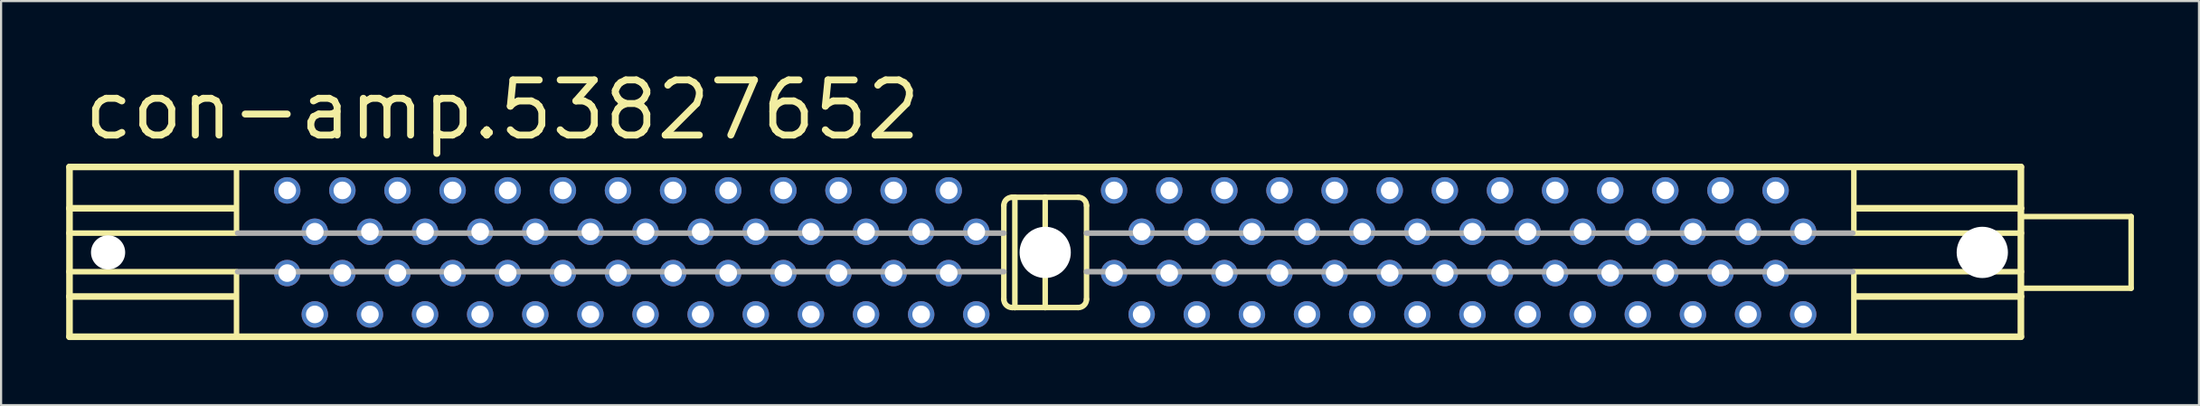
<source format=kicad_pcb>
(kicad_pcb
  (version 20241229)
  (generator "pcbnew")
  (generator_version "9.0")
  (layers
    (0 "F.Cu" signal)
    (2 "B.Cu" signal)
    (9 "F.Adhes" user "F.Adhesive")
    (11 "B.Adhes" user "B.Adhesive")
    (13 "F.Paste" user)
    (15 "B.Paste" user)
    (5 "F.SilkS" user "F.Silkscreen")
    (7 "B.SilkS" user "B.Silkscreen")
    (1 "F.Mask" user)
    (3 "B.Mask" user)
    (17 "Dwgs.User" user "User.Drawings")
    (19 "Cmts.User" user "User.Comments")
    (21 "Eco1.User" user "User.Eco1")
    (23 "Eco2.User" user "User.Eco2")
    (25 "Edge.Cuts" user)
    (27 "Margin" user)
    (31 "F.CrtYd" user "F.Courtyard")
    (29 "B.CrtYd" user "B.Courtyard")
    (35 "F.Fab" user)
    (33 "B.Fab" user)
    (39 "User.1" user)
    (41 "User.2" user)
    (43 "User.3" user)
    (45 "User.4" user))
  (footprint "con-amp.53827652"
    (layer "F.Cu")
    (at 45.11 8.58)
    (property "Reference" "con-amp.53827652" (at -44.45 -5.08 0) (layer "F.SilkS") (effects (font (size 2.54 2.54) (thickness 0.32)) (justify left bottom)))
    (attr through_hole)
    (fp_line (start -44.958 -3.937) (end -44.958 -2.032) (stroke (width 0.305) (type default)) (layer "F.SilkS"))
    (fp_line (start -44.958 -3.937) (end 44.958 -3.937) (stroke (width 0.305) (type default)) (layer "F.SilkS"))
    (fp_line (start -44.958 -2.032) (end -44.958 -0.889) (stroke (width 0.305) (type default)) (layer "F.SilkS"))
    (fp_line (start -44.958 -2.032) (end -37.338 -2.032) (stroke (width 0.305) (type default)) (layer "F.SilkS"))
    (fp_line (start -44.958 -0.889) (end -44.958 0.889) (stroke (width 0.305) (type default)) (layer "F.SilkS"))
    (fp_line (start -44.958 -0.889) (end -37.338 -0.889) (stroke (width 0.254) (type default)) (layer "F.SilkS"))
    (fp_line (start -44.958 0.889) (end -44.958 2.032) (stroke (width 0.305) (type default)) (layer "F.SilkS"))
    (fp_line (start -44.958 0.889) (end -37.338 0.889) (stroke (width 0.254) (type default)) (layer "F.SilkS"))
    (fp_line (start -44.958 2.032) (end -44.958 3.886) (stroke (width 0.305) (type default)) (layer "F.SilkS"))
    (fp_line (start -44.958 2.032) (end -37.338 2.032) (stroke (width 0.305) (type default)) (layer "F.SilkS"))
    (fp_line (start -37.262 -3.861) (end -37.262 -0.889) (stroke (width 0.254) (type default)) (layer "F.SilkS"))
    (fp_line (start -37.262 0.889) (end -37.262 3.81) (stroke (width 0.254) (type default)) (layer "F.SilkS"))
    (fp_line (start -1.905 -2.159) (end -1.905 2.159) (stroke (width 0.254) (type default)) (layer "F.SilkS"))
    (fp_line (start -1.524 2.54) (end -1.397 2.54) (stroke (width 0.254) (type default)) (layer "F.SilkS"))
    (fp_line (start -1.397 -2.54) (end -1.524 -2.54) (stroke (width 0.254) (type default)) (layer "F.SilkS"))
    (fp_line (start -1.397 2.54) (end -1.397 -2.54) (stroke (width 0.254) (type default)) (layer "F.SilkS"))
    (fp_line (start -1.397 2.54) (end 0 2.54) (stroke (width 0.254) (type default)) (layer "F.SilkS"))
    (fp_line (start 0 -2.54) (end -1.397 -2.54) (stroke (width 0.254) (type default)) (layer "F.SilkS"))
    (fp_line (start 0 2.54) (end 0 -2.54) (stroke (width 0.254) (type default)) (layer "F.SilkS"))
    (fp_line (start 0 2.54) (end 1.524 2.54) (stroke (width 0.254) (type default)) (layer "F.SilkS"))
    (fp_line (start 1.524 -2.54) (end 0 -2.54) (stroke (width 0.254) (type default)) (layer "F.SilkS"))
    (fp_line (start 1.905 2.159) (end 1.905 -2.159) (stroke (width 0.254) (type default)) (layer "F.SilkS"))
    (fp_line (start 37.262 -3.861) (end 37.262 -0.889) (stroke (width 0.254) (type default)) (layer "F.SilkS"))
    (fp_line (start 37.262 0.889) (end 37.262 3.81) (stroke (width 0.254) (type default)) (layer "F.SilkS"))
    (fp_line (start 44.958 -3.937) (end 44.958 -2.032) (stroke (width 0.305) (type default)) (layer "F.SilkS"))
    (fp_line (start 44.958 -2.032) (end 37.338 -2.032) (stroke (width 0.305) (type default)) (layer "F.SilkS"))
    (fp_line (start 44.958 -2.032) (end 44.958 -0.889) (stroke (width 0.305) (type default)) (layer "F.SilkS"))
    (fp_line (start 44.958 -0.889) (end 37.338 -0.889) (stroke (width 0.254) (type default)) (layer "F.SilkS"))
    (fp_line (start 44.958 -0.889) (end 44.958 0.889) (stroke (width 0.305) (type default)) (layer "F.SilkS"))
    (fp_line (start 44.958 0.889) (end 37.338 0.889) (stroke (width 0.254) (type default)) (layer "F.SilkS"))
    (fp_line (start 44.958 0.889) (end 44.958 2.032) (stroke (width 0.305) (type default)) (layer "F.SilkS"))
    (fp_line (start 44.958 2.032) (end 37.338 2.032) (stroke (width 0.305) (type default)) (layer "F.SilkS"))
    (fp_line (start 44.958 2.032) (end 44.958 3.886) (stroke (width 0.305) (type default)) (layer "F.SilkS"))
    (fp_line (start 44.958 3.886) (end -44.958 3.886) (stroke (width 0.305) (type default)) (layer "F.SilkS"))
    (fp_line (start 45.085 -1.651) (end 50.038 -1.651) (stroke (width 0.254) (type default)) (layer "F.SilkS"))
    (fp_line (start 50.038 -1.651) (end 50.038 1.651) (stroke (width 0.254) (type default)) (layer "F.SilkS"))
    (fp_line (start 50.038 1.651) (end 45.085 1.651) (stroke (width 0.254) (type default)) (layer "F.SilkS"))
    (fp_arc (start -1.905 -2.159) (mid -1.793408 -2.428408) (end -1.524 -2.54) (stroke (width 0.254) (type default)) (layer "F.SilkS"))
    (fp_arc (start -1.524 2.54) (mid -1.793408 2.428408) (end -1.905 2.159) (stroke (width 0.254) (type default)) (layer "F.SilkS"))
    (fp_arc (start 1.524 -2.54) (mid 1.793408 -2.428408) (end 1.905 -2.159) (stroke (width 0.254) (type default)) (layer "F.SilkS"))
    (fp_arc (start 1.905 2.159) (mid 1.793408 2.428408) (end 1.524 2.54) (stroke (width 0.254) (type default)) (layer "F.SilkS"))
    (fp_line (start -37.211 -0.889) (end -1.905 -0.889) (stroke (width 0.254) (type default)) (layer "F.Fab"))
    (fp_line (start -37.211 0.889) (end -1.905 0.889) (stroke (width 0.254) (type default)) (layer "F.Fab"))
    (fp_line (start 1.905 -0.889) (end 37.211 -0.889) (stroke (width 0.254) (type default)) (layer "F.Fab"))
    (fp_line (start 1.905 0.889) (end 37.211 0.889) (stroke (width 0.254) (type default)) (layer "F.Fab"))
    (pad "" np_thru_hole circle (at -43.18 0) (size 1.575 1.575) (drill 1.575) (layers "*.Cu" "*.Mask"))
    (pad "" np_thru_hole circle (at 0 0) (size 2.362 2.362) (drill 2.362) (layers "*.Cu" "*.Mask"))
    (pad "" np_thru_hole circle (at 43.18 0) (size 2.362 2.362) (drill 2.362) (layers "*.Cu" "*.Mask"))
    (pad "1" thru_hole circle (at -34.925 0.953) (size 1.219 1.219) (drill 0.813) (layers "*.Cu" "*.Mask"))
    (pad "2" thru_hole circle (at -33.655 2.857) (size 1.219 1.219) (drill 0.813) (layers "*.Cu" "*.Mask"))
    (pad "3" thru_hole circle (at -32.385 0.953) (size 1.219 1.219) (drill 0.813) (layers "*.Cu" "*.Mask"))
    (pad "4" thru_hole circle (at -31.115 2.857) (size 1.219 1.219) (drill 0.813) (layers "*.Cu" "*.Mask"))
    (pad "5" thru_hole circle (at -29.845 0.953) (size 1.219 1.219) (drill 0.813) (layers "*.Cu" "*.Mask"))
    (pad "6" thru_hole circle (at -28.575 2.857) (size 1.219 1.219) (drill 0.813) (layers "*.Cu" "*.Mask"))
    (pad "7" thru_hole circle (at -27.305 0.953) (size 1.219 1.219) (drill 0.813) (layers "*.Cu" "*.Mask"))
    (pad "8" thru_hole circle (at -26.035 2.857) (size 1.219 1.219) (drill 0.813) (layers "*.Cu" "*.Mask"))
    (pad "9" thru_hole circle (at -24.765 0.953) (size 1.219 1.219) (drill 0.813) (layers "*.Cu" "*.Mask"))
    (pad "10" thru_hole circle (at -23.495 2.857) (size 1.219 1.219) (drill 0.813) (layers "*.Cu" "*.Mask"))
    (pad "11" thru_hole circle (at -22.225 0.953) (size 1.219 1.219) (drill 0.813) (layers "*.Cu" "*.Mask"))
    (pad "12" thru_hole circle (at -20.955 2.857) (size 1.219 1.219) (drill 0.813) (layers "*.Cu" "*.Mask"))
    (pad "13" thru_hole circle (at -19.685 0.953) (size 1.219 1.219) (drill 0.813) (layers "*.Cu" "*.Mask"))
    (pad "14" thru_hole circle (at -18.415 2.857) (size 1.219 1.219) (drill 0.813) (layers "*.Cu" "*.Mask"))
    (pad "15" thru_hole circle (at -17.145 0.953) (size 1.219 1.219) (drill 0.813) (layers "*.Cu" "*.Mask"))
    (pad "16" thru_hole circle (at -15.875 2.857) (size 1.219 1.219) (drill 0.813) (layers "*.Cu" "*.Mask"))
    (pad "17" thru_hole circle (at -14.605 0.953) (size 1.219 1.219) (drill 0.813) (layers "*.Cu" "*.Mask"))
    (pad "18" thru_hole circle (at -13.335 2.857) (size 1.219 1.219) (drill 0.813) (layers "*.Cu" "*.Mask"))
    (pad "19" thru_hole circle (at -12.065 0.953) (size 1.219 1.219) (drill 0.813) (layers "*.Cu" "*.Mask"))
    (pad "20" thru_hole circle (at -10.795 2.857) (size 1.219 1.219) (drill 0.813) (layers "*.Cu" "*.Mask"))
    (pad "21" thru_hole circle (at -9.525 0.953) (size 1.219 1.219) (drill 0.813) (layers "*.Cu" "*.Mask"))
    (pad "22" thru_hole circle (at -8.255 2.857) (size 1.219 1.219) (drill 0.813) (layers "*.Cu" "*.Mask"))
    (pad "23" thru_hole circle (at -6.985 0.953) (size 1.219 1.219) (drill 0.813) (layers "*.Cu" "*.Mask"))
    (pad "24" thru_hole circle (at -5.715 2.857) (size 1.219 1.219) (drill 0.813) (layers "*.Cu" "*.Mask"))
    (pad "25" thru_hole circle (at -4.445 0.953) (size 1.219 1.219) (drill 0.813) (layers "*.Cu" "*.Mask"))
    (pad "26" thru_hole circle (at -3.175 2.857) (size 1.219 1.219) (drill 0.813) (layers "*.Cu" "*.Mask"))
    (pad "27" thru_hole circle (at 3.175 0.953) (size 1.219 1.219) (drill 0.813) (layers "*.Cu" "*.Mask"))
    (pad "28" thru_hole circle (at 4.445 2.857) (size 1.219 1.219) (drill 0.813) (layers "*.Cu" "*.Mask"))
    (pad "29" thru_hole circle (at 5.715 0.953) (size 1.219 1.219) (drill 0.813) (layers "*.Cu" "*.Mask"))
    (pad "30" thru_hole circle (at 6.985 2.857) (size 1.219 1.219) (drill 0.813) (layers "*.Cu" "*.Mask"))
    (pad "31" thru_hole circle (at 8.255 0.953) (size 1.219 1.219) (drill 0.813) (layers "*.Cu" "*.Mask"))
    (pad "32" thru_hole circle (at 9.525 2.857) (size 1.219 1.219) (drill 0.813) (layers "*.Cu" "*.Mask"))
    (pad "33" thru_hole circle (at 10.795 0.953) (size 1.219 1.219) (drill 0.813) (layers "*.Cu" "*.Mask"))
    (pad "34" thru_hole circle (at 12.065 2.857) (size 1.219 1.219) (drill 0.813) (layers "*.Cu" "*.Mask"))
    (pad "35" thru_hole circle (at 13.335 0.953) (size 1.219 1.219) (drill 0.813) (layers "*.Cu" "*.Mask"))
    (pad "36" thru_hole circle (at 14.605 2.857) (size 1.219 1.219) (drill 0.813) (layers "*.Cu" "*.Mask"))
    (pad "37" thru_hole circle (at 15.875 0.953) (size 1.219 1.219) (drill 0.813) (layers "*.Cu" "*.Mask"))
    (pad "38" thru_hole circle (at 17.145 2.857) (size 1.219 1.219) (drill 0.813) (layers "*.Cu" "*.Mask"))
    (pad "39" thru_hole circle (at 18.415 0.953) (size 1.219 1.219) (drill 0.813) (layers "*.Cu" "*.Mask"))
    (pad "40" thru_hole circle (at 19.685 2.857) (size 1.219 1.219) (drill 0.813) (layers "*.Cu" "*.Mask"))
    (pad "41" thru_hole circle (at 20.955 0.953) (size 1.219 1.219) (drill 0.813) (layers "*.Cu" "*.Mask"))
    (pad "42" thru_hole circle (at 22.225 2.857) (size 1.219 1.219) (drill 0.813) (layers "*.Cu" "*.Mask"))
    (pad "43" thru_hole circle (at 23.495 0.953) (size 1.219 1.219) (drill 0.813) (layers "*.Cu" "*.Mask"))
    (pad "44" thru_hole circle (at 24.765 2.857) (size 1.219 1.219) (drill 0.813) (layers "*.Cu" "*.Mask"))
    (pad "45" thru_hole circle (at 26.035 0.953) (size 1.219 1.219) (drill 0.813) (layers "*.Cu" "*.Mask"))
    (pad "46" thru_hole circle (at 27.305 2.857) (size 1.219 1.219) (drill 0.813) (layers "*.Cu" "*.Mask"))
    (pad "47" thru_hole circle (at 28.575 0.953) (size 1.219 1.219) (drill 0.813) (layers "*.Cu" "*.Mask"))
    (pad "48" thru_hole circle (at 29.845 2.857) (size 1.219 1.219) (drill 0.813) (layers "*.Cu" "*.Mask"))
    (pad "49" thru_hole circle (at 31.115 0.953) (size 1.219 1.219) (drill 0.813) (layers "*.Cu" "*.Mask"))
    (pad "50" thru_hole circle (at 32.385 2.857) (size 1.219 1.219) (drill 0.813) (layers "*.Cu" "*.Mask"))
    (pad "51" thru_hole circle (at 33.655 0.953) (size 1.219 1.219) (drill 0.813) (layers "*.Cu" "*.Mask"))
    (pad "52" thru_hole circle (at 34.925 2.857) (size 1.219 1.219) (drill 0.813) (layers "*.Cu" "*.Mask"))
    (pad "53" thru_hole circle (at -34.925 -2.857) (size 1.219 1.219) (drill 0.813) (layers "*.Cu" "*.Mask"))
    (pad "54" thru_hole circle (at -33.655 -0.953) (size 1.219 1.219) (drill 0.813) (layers "*.Cu" "*.Mask"))
    (pad "55" thru_hole circle (at -32.385 -2.857) (size 1.219 1.219) (drill 0.813) (layers "*.Cu" "*.Mask"))
    (pad "56" thru_hole circle (at -31.115 -0.953) (size 1.219 1.219) (drill 0.813) (layers "*.Cu" "*.Mask"))
    (pad "57" thru_hole circle (at -29.845 -2.857) (size 1.219 1.219) (drill 0.813) (layers "*.Cu" "*.Mask"))
    (pad "58" thru_hole circle (at -28.575 -0.953) (size 1.219 1.219) (drill 0.813) (layers "*.Cu" "*.Mask"))
    (pad "59" thru_hole circle (at -27.305 -2.857) (size 1.219 1.219) (drill 0.813) (layers "*.Cu" "*.Mask"))
    (pad "60" thru_hole circle (at -26.035 -0.953) (size 1.219 1.219) (drill 0.813) (layers "*.Cu" "*.Mask"))
    (pad "61" thru_hole circle (at -24.765 -2.857) (size 1.219 1.219) (drill 0.813) (layers "*.Cu" "*.Mask"))
    (pad "62" thru_hole circle (at -23.495 -0.953) (size 1.219 1.219) (drill 0.813) (layers "*.Cu" "*.Mask"))
    (pad "63" thru_hole circle (at -22.225 -2.857) (size 1.219 1.219) (drill 0.813) (layers "*.Cu" "*.Mask"))
    (pad "64" thru_hole circle (at -20.955 -0.953) (size 1.219 1.219) (drill 0.813) (layers "*.Cu" "*.Mask"))
    (pad "65" thru_hole circle (at -19.685 -2.857) (size 1.219 1.219) (drill 0.813) (layers "*.Cu" "*.Mask"))
    (pad "66" thru_hole circle (at -18.415 -0.953) (size 1.219 1.219) (drill 0.813) (layers "*.Cu" "*.Mask"))
    (pad "67" thru_hole circle (at -17.145 -2.857) (size 1.219 1.219) (drill 0.813) (layers "*.Cu" "*.Mask"))
    (pad "68" thru_hole circle (at -15.875 -0.953) (size 1.219 1.219) (drill 0.813) (layers "*.Cu" "*.Mask"))
    (pad "69" thru_hole circle (at -14.605 -2.857) (size 1.219 1.219) (drill 0.813) (layers "*.Cu" "*.Mask"))
    (pad "70" thru_hole circle (at -13.335 -0.953) (size 1.219 1.219) (drill 0.813) (layers "*.Cu" "*.Mask"))
    (pad "71" thru_hole circle (at -12.065 -2.857) (size 1.219 1.219) (drill 0.813) (layers "*.Cu" "*.Mask"))
    (pad "72" thru_hole circle (at -10.795 -0.953) (size 1.219 1.219) (drill 0.813) (layers "*.Cu" "*.Mask"))
    (pad "73" thru_hole circle (at -9.525 -2.857) (size 1.219 1.219) (drill 0.813) (layers "*.Cu" "*.Mask"))
    (pad "74" thru_hole circle (at -8.255 -0.953) (size 1.219 1.219) (drill 0.813) (layers "*.Cu" "*.Mask"))
    (pad "75" thru_hole circle (at -6.985 -2.857) (size 1.219 1.219) (drill 0.813) (layers "*.Cu" "*.Mask"))
    (pad "76" thru_hole circle (at -5.715 -0.953) (size 1.219 1.219) (drill 0.813) (layers "*.Cu" "*.Mask"))
    (pad "77" thru_hole circle (at -4.445 -2.857) (size 1.219 1.219) (drill 0.813) (layers "*.Cu" "*.Mask"))
    (pad "78" thru_hole circle (at -3.175 -0.953) (size 1.219 1.219) (drill 0.813) (layers "*.Cu" "*.Mask"))
    (pad "79" thru_hole circle (at 3.175 -2.857) (size 1.219 1.219) (drill 0.813) (layers "*.Cu" "*.Mask"))
    (pad "80" thru_hole circle (at 4.445 -0.953) (size 1.219 1.219) (drill 0.813) (layers "*.Cu" "*.Mask"))
    (pad "81" thru_hole circle (at 5.715 -2.857) (size 1.219 1.219) (drill 0.813) (layers "*.Cu" "*.Mask"))
    (pad "82" thru_hole circle (at 6.985 -0.953) (size 1.219 1.219) (drill 0.813) (layers "*.Cu" "*.Mask"))
    (pad "83" thru_hole circle (at 8.255 -2.857) (size 1.219 1.219) (drill 0.813) (layers "*.Cu" "*.Mask"))
    (pad "84" thru_hole circle (at 9.525 -0.953) (size 1.219 1.219) (drill 0.813) (layers "*.Cu" "*.Mask"))
    (pad "85" thru_hole circle (at 10.795 -2.857) (size 1.219 1.219) (drill 0.813) (layers "*.Cu" "*.Mask"))
    (pad "86" thru_hole circle (at 12.065 -0.953) (size 1.219 1.219) (drill 0.813) (layers "*.Cu" "*.Mask"))
    (pad "87" thru_hole circle (at 13.335 -2.857) (size 1.219 1.219) (drill 0.813) (layers "*.Cu" "*.Mask"))
    (pad "88" thru_hole circle (at 14.605 -0.953) (size 1.219 1.219) (drill 0.813) (layers "*.Cu" "*.Mask"))
    (pad "89" thru_hole circle (at 15.875 -2.857) (size 1.219 1.219) (drill 0.813) (layers "*.Cu" "*.Mask"))
    (pad "90" thru_hole circle (at 17.145 -0.953) (size 1.219 1.219) (drill 0.813) (layers "*.Cu" "*.Mask"))
    (pad "91" thru_hole circle (at 18.415 -2.857) (size 1.219 1.219) (drill 0.813) (layers "*.Cu" "*.Mask"))
    (pad "92" thru_hole circle (at 19.685 -0.953) (size 1.219 1.219) (drill 0.813) (layers "*.Cu" "*.Mask"))
    (pad "93" thru_hole circle (at 20.955 -2.857) (size 1.219 1.219) (drill 0.813) (layers "*.Cu" "*.Mask"))
    (pad "94" thru_hole circle (at 22.225 -0.953) (size 1.219 1.219) (drill 0.813) (layers "*.Cu" "*.Mask"))
    (pad "95" thru_hole circle (at 23.495 -2.857) (size 1.219 1.219) (drill 0.813) (layers "*.Cu" "*.Mask"))
    (pad "96" thru_hole circle (at 24.765 -0.953) (size 1.219 1.219) (drill 0.813) (layers "*.Cu" "*.Mask"))
    (pad "97" thru_hole circle (at 26.035 -2.857) (size 1.219 1.219) (drill 0.813) (layers "*.Cu" "*.Mask"))
    (pad "98" thru_hole circle (at 27.305 -0.953) (size 1.219 1.219) (drill 0.813) (layers "*.Cu" "*.Mask"))
    (pad "99" thru_hole circle (at 28.575 -2.857) (size 1.219 1.219) (drill 0.813) (layers "*.Cu" "*.Mask"))
    (pad "100" thru_hole circle (at 29.845 -0.953) (size 1.219 1.219) (drill 0.813) (layers "*.Cu" "*.Mask"))
    (pad "101" thru_hole circle (at 31.115 -2.857) (size 1.219 1.219) (drill 0.813) (layers "*.Cu" "*.Mask"))
    (pad "102" thru_hole circle (at 32.385 -0.953) (size 1.219 1.219) (drill 0.813) (layers "*.Cu" "*.Mask"))
    (pad "103" thru_hole circle (at 33.655 -2.857) (size 1.219 1.219) (drill 0.813) (layers "*.Cu" "*.Mask"))
    (pad "104" thru_hole circle (at 34.925 -0.953) (size 1.219 1.219) (drill 0.813) (layers "*.Cu" "*.Mask")))
  (gr_rect
    (start -3 -3)
    (end 98.275 15.619)
    (stroke (width 0.1) (type default))
    (fill no)
    (layer "Edge.Cuts")))
</source>
